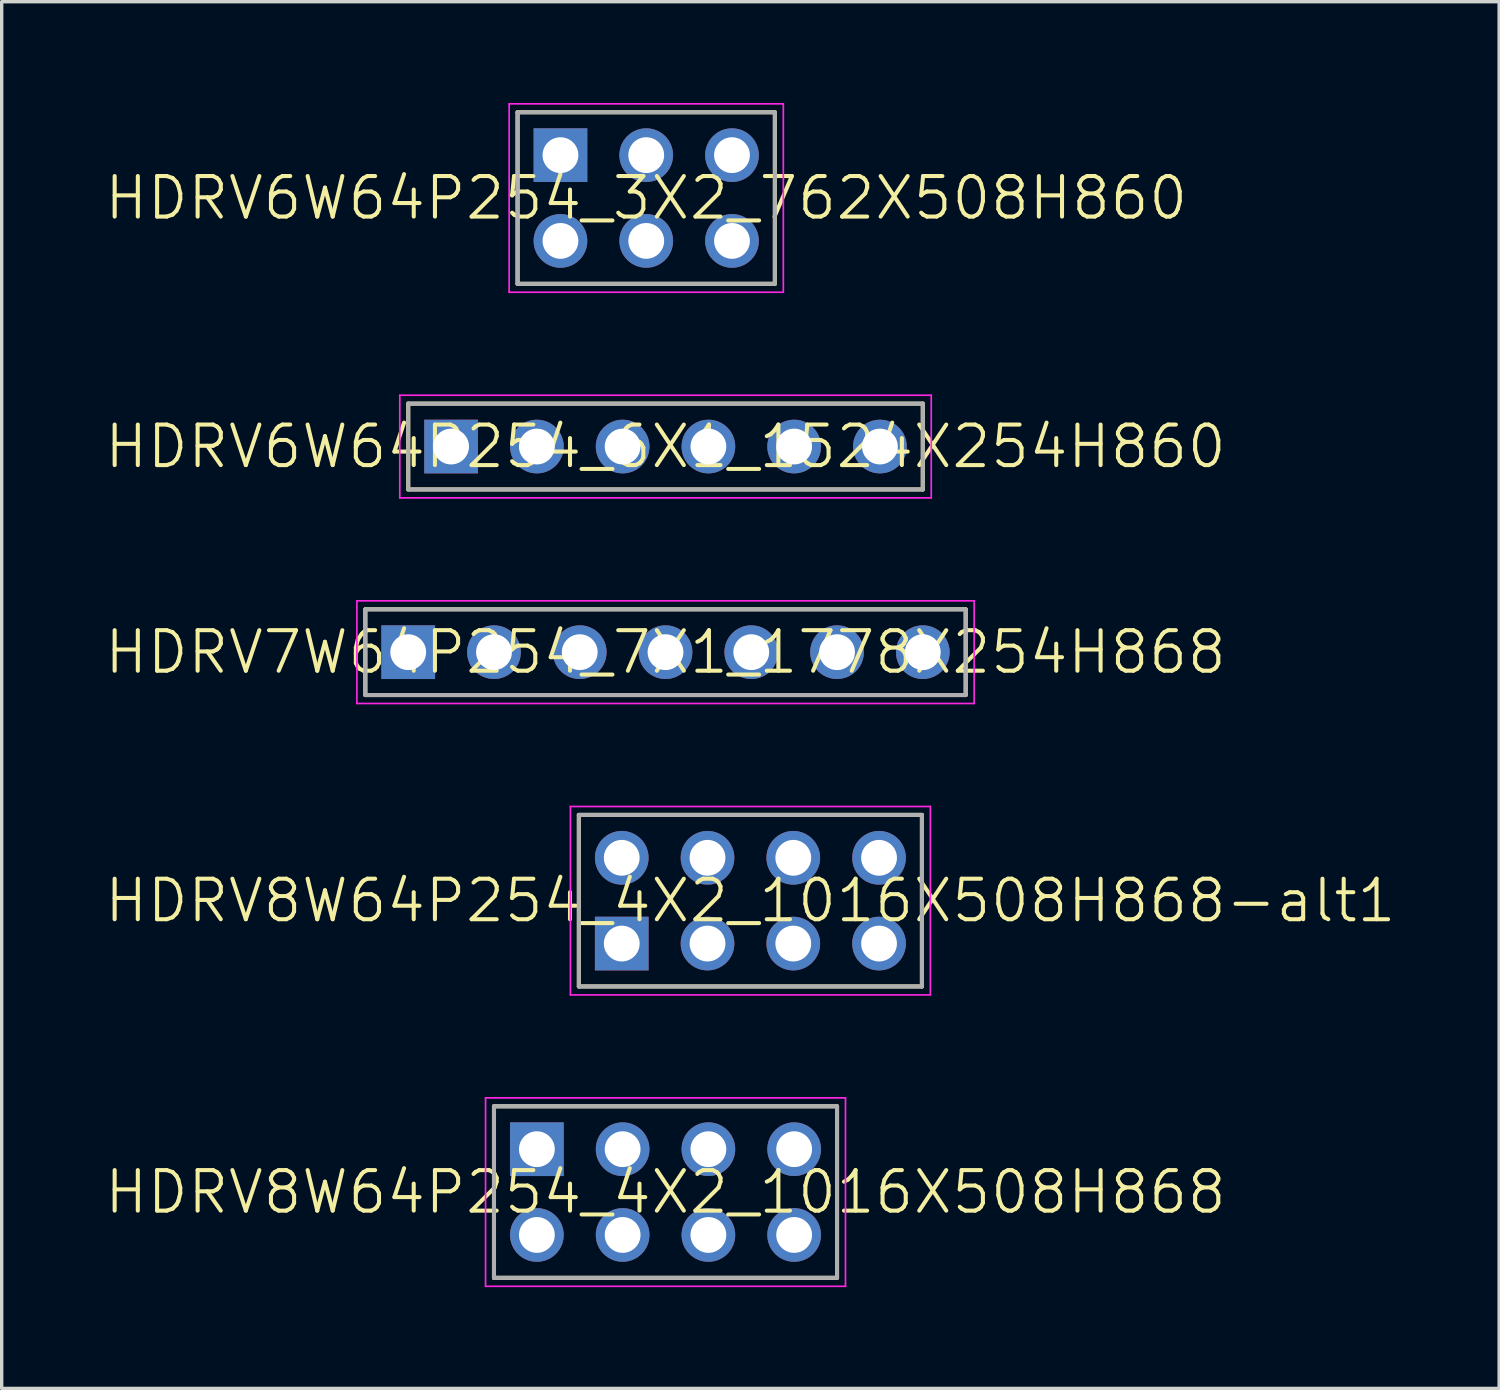
<source format=kicad_pcb>
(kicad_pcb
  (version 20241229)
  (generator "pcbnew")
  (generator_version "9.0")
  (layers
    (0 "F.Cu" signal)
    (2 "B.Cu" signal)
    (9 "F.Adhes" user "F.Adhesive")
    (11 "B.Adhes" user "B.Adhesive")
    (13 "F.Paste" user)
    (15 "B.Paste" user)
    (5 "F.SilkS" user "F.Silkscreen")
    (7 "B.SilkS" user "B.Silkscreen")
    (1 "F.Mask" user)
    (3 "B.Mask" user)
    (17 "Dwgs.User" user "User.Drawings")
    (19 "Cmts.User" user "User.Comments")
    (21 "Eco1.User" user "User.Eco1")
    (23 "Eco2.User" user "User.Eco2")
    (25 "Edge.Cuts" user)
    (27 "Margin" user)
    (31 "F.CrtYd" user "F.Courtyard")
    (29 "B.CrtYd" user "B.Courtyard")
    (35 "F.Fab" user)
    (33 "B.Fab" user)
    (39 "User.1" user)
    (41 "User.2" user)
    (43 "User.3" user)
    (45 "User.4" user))
  (footprint "HDRV7W64P254_7X1_1778X254H868"
    (layer "F.Cu")
    (at 9.04 16.265)
    (property "Reference" "HDRV7W64P254_7X1_1778X254H868" (at 7.62 0 0) (layer "F.SilkS") (effects (font (size 1.2 1.2) (thickness 0.12))))
    (attr through_hole)
    (fp_line (start -1.27 -1.27) (end 16.51 -1.27) (stroke (width 0.12) (type solid)) (layer "F.SilkS"))
    (fp_line (start -1.27 1.27) (end -1.27 -1.27) (stroke (width 0.12) (type solid)) (layer "F.SilkS"))
    (fp_line (start 16.51 -1.27) (end 16.51 1.27) (stroke (width 0.12) (type solid)) (layer "F.SilkS"))
    (fp_line (start 16.51 1.27) (end -1.27 1.27) (stroke (width 0.12) (type solid)) (layer "F.SilkS"))
    (fp_line (start -1.52 -1.52) (end 16.76 -1.52) (stroke (width 0.05) (type solid)) (layer "F.CrtYd"))
    (fp_line (start -1.52 1.52) (end -1.52 -1.52) (stroke (width 0.05) (type solid)) (layer "F.CrtYd"))
    (fp_line (start 0 -0.35) (end 0 0.35) (stroke (width 0.05) (type solid)) (layer "F.CrtYd"))
    (fp_line (start 0.35 0) (end -0.35 0) (stroke (width 0.05) (type solid)) (layer "F.CrtYd"))
    (fp_line (start 16.76 -1.52) (end 16.76 1.52) (stroke (width 0.05) (type solid)) (layer "F.CrtYd"))
    (fp_line (start 16.76 1.52) (end -1.52 1.52) (stroke (width 0.05) (type solid)) (layer "F.CrtYd"))
    (fp_circle (center 0 0) (end 0 0.25) (stroke (width 0.05) (type solid)) (fill no) (layer "F.CrtYd"))
    (fp_line (start -1.27 -1.27) (end 16.51 -1.27) (stroke (width 0.12) (type solid)) (layer "F.Fab"))
    (fp_line (start -1.27 1.27) (end -1.27 -1.27) (stroke (width 0.12) (type solid)) (layer "F.Fab"))
    (fp_line (start 16.51 -1.27) (end 16.51 1.27) (stroke (width 0.12) (type solid)) (layer "F.Fab"))
    (fp_line (start 16.51 1.27) (end -1.27 1.27) (stroke (width 0.12) (type solid)) (layer "F.Fab"))
    (pad "1" thru_hole rect (at 0 0) (size 1.59 1.59) (drill 1.06) (layers "*.Cu" "*.Mask"))
    (pad "2" thru_hole circle (at 2.54 0) (size 1.59 1.59) (drill 1.06) (layers "*.Cu" "*.Mask"))
    (pad "3" thru_hole circle (at 5.08 0) (size 1.59 1.59) (drill 1.06) (layers "*.Cu" "*.Mask"))
    (pad "4" thru_hole circle (at 7.62 0) (size 1.59 1.59) (drill 1.06) (layers "*.Cu" "*.Mask"))
    (pad "5" thru_hole circle (at 10.16 0) (size 1.59 1.59) (drill 1.06) (layers "*.Cu" "*.Mask"))
    (pad "6" thru_hole circle (at 12.7 0) (size 1.59 1.59) (drill 1.06) (layers "*.Cu" "*.Mask"))
    (pad "7" thru_hole circle (at 15.24 0) (size 1.59 1.59) (drill 1.06) (layers "*.Cu" "*.Mask")))
  (footprint "HDRV6W64P254_6X1_1524X254H860"
    (layer "F.Cu")
    (at 10.31 10.175)
    (property "Reference" "HDRV6W64P254_6X1_1524X254H860" (at 6.35 0 0) (layer "F.SilkS") (effects (font (size 1.2 1.2) (thickness 0.12))))
    (attr through_hole)
    (fp_line (start -1.27 -1.27) (end 13.97 -1.27) (stroke (width 0.12) (type solid)) (layer "F.SilkS"))
    (fp_line (start -1.27 1.27) (end -1.27 -1.27) (stroke (width 0.12) (type solid)) (layer "F.SilkS"))
    (fp_line (start 13.97 -1.27) (end 13.97 1.27) (stroke (width 0.12) (type solid)) (layer "F.SilkS"))
    (fp_line (start 13.97 1.27) (end -1.27 1.27) (stroke (width 0.12) (type solid)) (layer "F.SilkS"))
    (fp_line (start -1.52 -1.52) (end 14.22 -1.52) (stroke (width 0.05) (type solid)) (layer "F.CrtYd"))
    (fp_line (start -1.52 1.52) (end -1.52 -1.52) (stroke (width 0.05) (type solid)) (layer "F.CrtYd"))
    (fp_line (start 14.22 -1.52) (end 14.22 1.52) (stroke (width 0.05) (type solid)) (layer "F.CrtYd"))
    (fp_line (start 14.22 1.52) (end -1.52 1.52) (stroke (width 0.05) (type solid)) (layer "F.CrtYd"))
    (fp_line (start -1.27 -1.27) (end 13.97 -1.27) (stroke (width 0.12) (type solid)) (layer "F.Fab"))
    (fp_line (start -1.27 1.27) (end -1.27 -1.27) (stroke (width 0.12) (type solid)) (layer "F.Fab"))
    (fp_line (start 13.97 -1.27) (end 13.97 1.27) (stroke (width 0.12) (type solid)) (layer "F.Fab"))
    (fp_line (start 13.97 1.27) (end -1.27 1.27) (stroke (width 0.12) (type solid)) (layer "F.Fab"))
    (pad "1" thru_hole rect (at 0 0) (size 1.59 1.59) (drill 1.06) (layers "*.Cu" "*.Mask"))
    (pad "2" thru_hole circle (at 2.54 0) (size 1.59 1.59) (drill 1.06) (layers "*.Cu" "*.Mask"))
    (pad "3" thru_hole circle (at 5.08 0) (size 1.59 1.59) (drill 1.06) (layers "*.Cu" "*.Mask"))
    (pad "4" thru_hole circle (at 7.62 0) (size 1.59 1.59) (drill 1.06) (layers "*.Cu" "*.Mask"))
    (pad "5" thru_hole circle (at 10.16 0) (size 1.59 1.59) (drill 1.06) (layers "*.Cu" "*.Mask"))
    (pad "6" thru_hole circle (at 12.7 0) (size 1.59 1.59) (drill 1.06) (layers "*.Cu" "*.Mask")))
  (footprint "HDRV8W64P254_4X2_1016X508H868-alt1"
    (layer "F.Cu")
    (at 15.364 24.895)
    (property "Reference" "HDRV8W64P254_4X2_1016X508H868-alt1" (at 3.81 -1.27 0) (layer "F.SilkS") (effects (font (size 1.2 1.2) (thickness 0.12))))
    (attr through_hole)
    (fp_line (start -1.27 -3.81) (end 8.89 -3.81) (stroke (width 0.12) (type solid)) (layer "F.SilkS"))
    (fp_line (start -1.27 1.27) (end -1.27 -3.81) (stroke (width 0.12) (type solid)) (layer "F.SilkS"))
    (fp_line (start 8.89 -3.81) (end 8.89 1.27) (stroke (width 0.12) (type solid)) (layer "F.SilkS"))
    (fp_line (start 8.89 1.27) (end -1.27 1.27) (stroke (width 0.12) (type solid)) (layer "F.SilkS"))
    (fp_line (start -1.52 -4.06) (end 9.14 -4.06) (stroke (width 0.05) (type solid)) (layer "F.CrtYd"))
    (fp_line (start -1.52 1.52) (end -1.52 -4.06) (stroke (width 0.05) (type solid)) (layer "F.CrtYd"))
    (fp_line (start 0 -0.35) (end 0 0.35) (stroke (width 0.05) (type solid)) (layer "F.CrtYd"))
    (fp_line (start 0.35 0) (end -0.35 0) (stroke (width 0.05) (type solid)) (layer "F.CrtYd"))
    (fp_line (start 9.14 -4.06) (end 9.14 1.52) (stroke (width 0.05) (type solid)) (layer "F.CrtYd"))
    (fp_line (start 9.14 1.52) (end -1.52 1.52) (stroke (width 0.05) (type solid)) (layer "F.CrtYd"))
    (fp_circle (center 0 0) (end 0 0.25) (stroke (width 0.05) (type solid)) (fill no) (layer "F.CrtYd"))
    (fp_line (start -1.27 -3.81) (end 8.89 -3.81) (stroke (width 0.12) (type solid)) (layer "F.Fab"))
    (fp_line (start -1.27 1.27) (end -1.27 -3.81) (stroke (width 0.12) (type solid)) (layer "F.Fab"))
    (fp_line (start 8.89 -3.81) (end 8.89 1.27) (stroke (width 0.12) (type solid)) (layer "F.Fab"))
    (fp_line (start 8.89 1.27) (end -1.27 1.27) (stroke (width 0.12) (type solid)) (layer "F.Fab"))
    (pad "1" thru_hole rect (at 0 0) (size 1.59 1.59) (drill 1.06) (layers "*.Cu" "*.Mask"))
    (pad "2" thru_hole circle (at 0 -2.54) (size 1.59 1.59) (drill 1.06) (layers "*.Cu" "*.Mask"))
    (pad "3" thru_hole circle (at 2.54 0) (size 1.59 1.59) (drill 1.06) (layers "*.Cu" "*.Mask"))
    (pad "4" thru_hole circle (at 2.54 -2.54) (size 1.59 1.59) (drill 1.06) (layers "*.Cu" "*.Mask"))
    (pad "5" thru_hole circle (at 5.08 0) (size 1.59 1.59) (drill 1.06) (layers "*.Cu" "*.Mask"))
    (pad "6" thru_hole circle (at 5.08 -2.54) (size 1.59 1.59) (drill 1.06) (layers "*.Cu" "*.Mask"))
    (pad "7" thru_hole circle (at 7.62 0) (size 1.59 1.59) (drill 1.06) (layers "*.Cu" "*.Mask"))
    (pad "8" thru_hole circle (at 7.62 -2.54) (size 1.59 1.59) (drill 1.06) (layers "*.Cu" "*.Mask")))
  (footprint "HDRV8W64P254_4X2_1016X508H868"
    (layer "F.Cu")
    (at 12.85 30.985)
    (property "Reference" "HDRV8W64P254_4X2_1016X508H868" (at 3.81 1.27 0) (layer "F.SilkS") (effects (font (size 1.2 1.2) (thickness 0.12))))
    (attr through_hole)
    (fp_line (start -1.27 -1.27) (end 8.89 -1.27) (stroke (width 0.12) (type solid)) (layer "F.SilkS"))
    (fp_line (start -1.27 3.81) (end -1.27 -1.27) (stroke (width 0.12) (type solid)) (layer "F.SilkS"))
    (fp_line (start 8.89 -1.27) (end 8.89 3.81) (stroke (width 0.12) (type solid)) (layer "F.SilkS"))
    (fp_line (start 8.89 3.81) (end -1.27 3.81) (stroke (width 0.12) (type solid)) (layer "F.SilkS"))
    (fp_line (start -1.52 -1.52) (end 9.14 -1.52) (stroke (width 0.05) (type solid)) (layer "F.CrtYd"))
    (fp_line (start -1.52 4.06) (end -1.52 -1.52) (stroke (width 0.05) (type solid)) (layer "F.CrtYd"))
    (fp_line (start 0 -0.35) (end 0 0.35) (stroke (width 0.05) (type solid)) (layer "F.CrtYd"))
    (fp_line (start 0.35 0) (end -0.35 0) (stroke (width 0.05) (type solid)) (layer "F.CrtYd"))
    (fp_line (start 9.14 -1.52) (end 9.14 4.06) (stroke (width 0.05) (type solid)) (layer "F.CrtYd"))
    (fp_line (start 9.14 4.06) (end -1.52 4.06) (stroke (width 0.05) (type solid)) (layer "F.CrtYd"))
    (fp_circle (center 0 0) (end 0 0.25) (stroke (width 0.05) (type solid)) (fill no) (layer "F.CrtYd"))
    (fp_line (start -1.27 -1.27) (end 8.89 -1.27) (stroke (width 0.12) (type solid)) (layer "F.Fab"))
    (fp_line (start -1.27 3.81) (end -1.27 -1.27) (stroke (width 0.12) (type solid)) (layer "F.Fab"))
    (fp_line (start 8.89 -1.27) (end 8.89 3.81) (stroke (width 0.12) (type solid)) (layer "F.Fab"))
    (fp_line (start 8.89 3.81) (end -1.27 3.81) (stroke (width 0.12) (type solid)) (layer "F.Fab"))
    (pad "1" thru_hole rect (at 0 0) (size 1.59 1.59) (drill 1.06) (layers "*.Cu" "*.Mask"))
    (pad "2" thru_hole circle (at 0 2.54) (size 1.59 1.59) (drill 1.06) (layers "*.Cu" "*.Mask"))
    (pad "3" thru_hole circle (at 2.54 0) (size 1.59 1.59) (drill 1.06) (layers "*.Cu" "*.Mask"))
    (pad "4" thru_hole circle (at 2.54 2.54) (size 1.59 1.59) (drill 1.06) (layers "*.Cu" "*.Mask"))
    (pad "5" thru_hole circle (at 5.08 0) (size 1.59 1.59) (drill 1.06) (layers "*.Cu" "*.Mask"))
    (pad "6" thru_hole circle (at 5.08 2.54) (size 1.59 1.59) (drill 1.06) (layers "*.Cu" "*.Mask"))
    (pad "7" thru_hole circle (at 7.62 0) (size 1.59 1.59) (drill 1.06) (layers "*.Cu" "*.Mask"))
    (pad "8" thru_hole circle (at 7.62 2.54) (size 1.59 1.59) (drill 1.06) (layers "*.Cu" "*.Mask")))
  (footprint "HDRV6W64P254_3X2_762X508H860"
    (layer "F.Cu")
    (at 13.549 1.545)
    (property "Reference" "HDRV6W64P254_3X2_762X508H860" (at 2.54 1.27 0) (layer "F.SilkS") (effects (font (size 1.2 1.2) (thickness 0.12))))
    (attr through_hole)
    (fp_line (start -1.27 -1.27) (end 6.35 -1.27) (stroke (width 0.12) (type solid)) (layer "F.SilkS"))
    (fp_line (start -1.27 3.81) (end -1.27 -1.27) (stroke (width 0.12) (type solid)) (layer "F.SilkS"))
    (fp_line (start 6.35 -1.27) (end 6.35 3.81) (stroke (width 0.12) (type solid)) (layer "F.SilkS"))
    (fp_line (start 6.35 3.81) (end -1.27 3.81) (stroke (width 0.12) (type solid)) (layer "F.SilkS"))
    (fp_line (start -1.52 -1.52) (end 6.6 -1.52) (stroke (width 0.05) (type solid)) (layer "F.CrtYd"))
    (fp_line (start -1.52 4.06) (end -1.52 -1.52) (stroke (width 0.05) (type solid)) (layer "F.CrtYd"))
    (fp_line (start 6.6 -1.52) (end 6.6 4.06) (stroke (width 0.05) (type solid)) (layer "F.CrtYd"))
    (fp_line (start 6.6 4.06) (end -1.52 4.06) (stroke (width 0.05) (type solid)) (layer "F.CrtYd"))
    (fp_line (start -1.27 -1.27) (end 6.35 -1.27) (stroke (width 0.12) (type solid)) (layer "F.Fab"))
    (fp_line (start -1.27 3.81) (end -1.27 -1.27) (stroke (width 0.12) (type solid)) (layer "F.Fab"))
    (fp_line (start 6.35 -1.27) (end 6.35 3.81) (stroke (width 0.12) (type solid)) (layer "F.Fab"))
    (fp_line (start 6.35 3.81) (end -1.27 3.81) (stroke (width 0.12) (type solid)) (layer "F.Fab"))
    (pad "1" thru_hole rect (at 0 0) (size 1.59 1.59) (drill 1.06) (layers "*.Cu" "*.Mask"))
    (pad "2" thru_hole circle (at 0 2.54) (size 1.59 1.59) (drill 1.06) (layers "*.Cu" "*.Mask"))
    (pad "3" thru_hole circle (at 2.54 0) (size 1.59 1.59) (drill 1.06) (layers "*.Cu" "*.Mask"))
    (pad "4" thru_hole circle (at 2.54 2.54) (size 1.59 1.59) (drill 1.06) (layers "*.Cu" "*.Mask"))
    (pad "5" thru_hole circle (at 5.08 0) (size 1.59 1.59) (drill 1.06) (layers "*.Cu" "*.Mask"))
    (pad "6" thru_hole circle (at 5.08 2.54) (size 1.59 1.59) (drill 1.06) (layers "*.Cu" "*.Mask")))
  (gr_rect
    (start -3 -3)
    (end 41.349 38.07)
    (stroke (width 0.1) (type default))
    (fill no)
    (layer "Edge.Cuts")))
</source>
